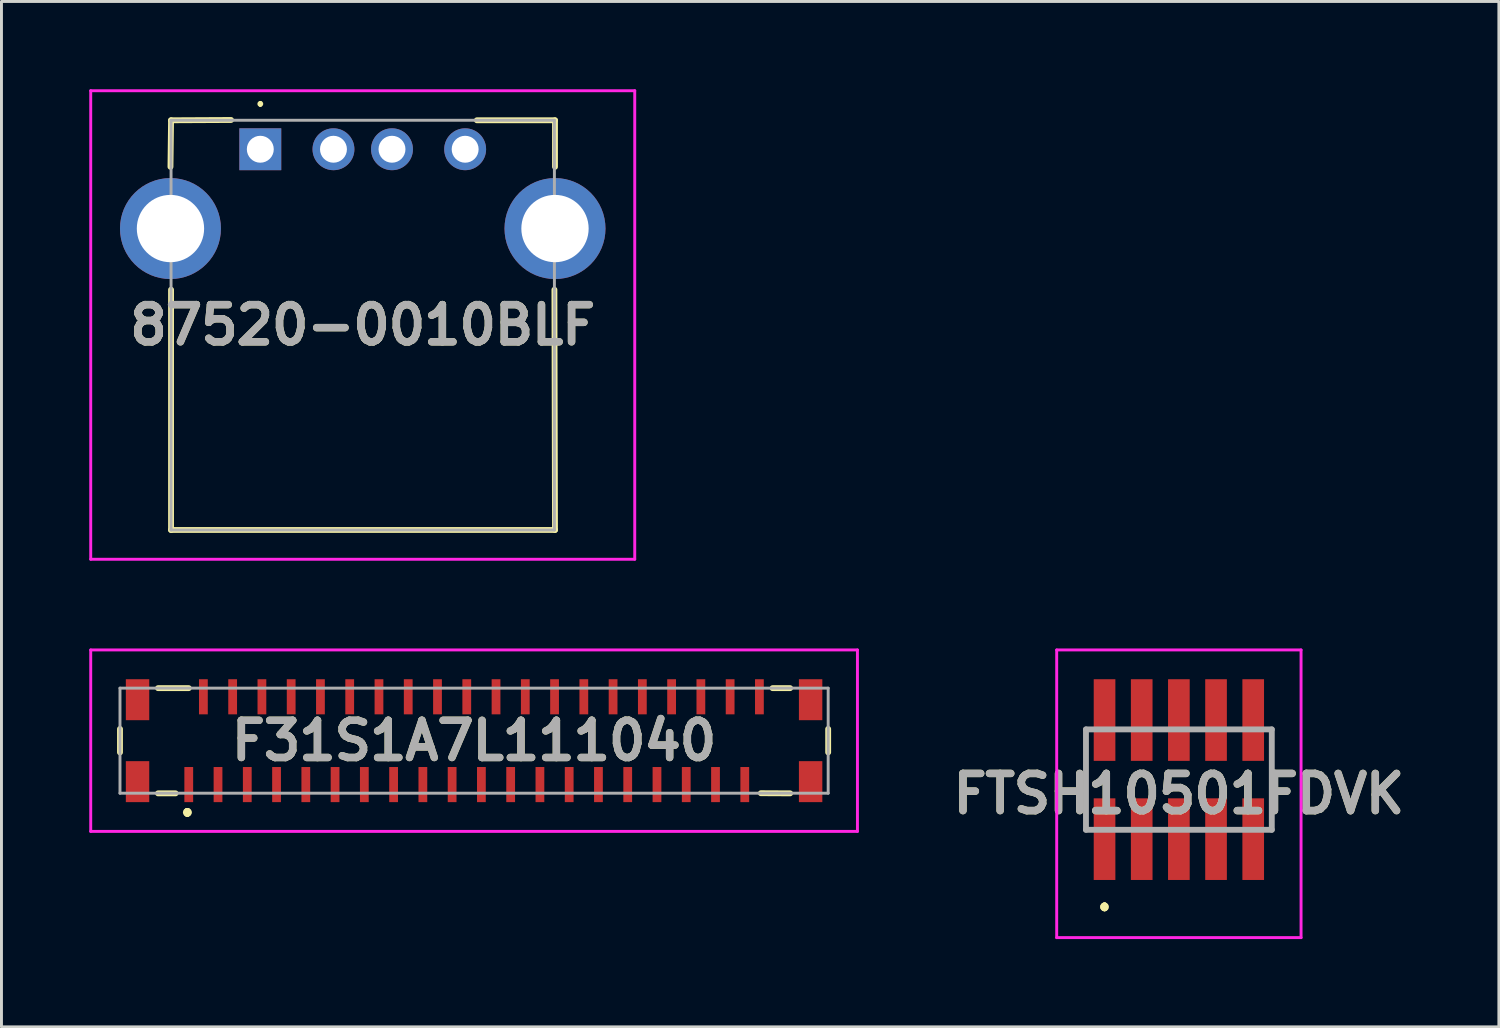
<source format=kicad_pcb>
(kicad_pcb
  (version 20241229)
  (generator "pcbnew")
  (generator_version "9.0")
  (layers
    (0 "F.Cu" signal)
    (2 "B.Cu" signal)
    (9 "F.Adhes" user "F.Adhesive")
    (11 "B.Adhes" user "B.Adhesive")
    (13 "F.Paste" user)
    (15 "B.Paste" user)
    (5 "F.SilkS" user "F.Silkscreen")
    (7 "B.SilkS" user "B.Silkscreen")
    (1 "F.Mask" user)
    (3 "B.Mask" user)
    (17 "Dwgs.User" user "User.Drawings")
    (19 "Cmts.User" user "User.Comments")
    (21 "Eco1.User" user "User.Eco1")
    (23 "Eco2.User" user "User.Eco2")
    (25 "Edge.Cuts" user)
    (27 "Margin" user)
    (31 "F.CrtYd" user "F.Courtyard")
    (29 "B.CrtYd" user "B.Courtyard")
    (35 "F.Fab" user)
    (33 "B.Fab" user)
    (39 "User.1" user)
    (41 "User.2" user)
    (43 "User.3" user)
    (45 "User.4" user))
  (footprint "87520-0010BLF"
    (layer "F.Cu")
    (at 5.845 2.05)
    (property "Reference" "87520-0010BLF" (at 3.5 6.005 0) (layer "F.SilkS") (effects (font (size 1.27 1.27) (thickness 0.254))))
    (attr through_hole)
    (fp_line (start -3.07 0.6) (end -3.05 -0.99) (stroke (width 0.2) (type solid)) (layer "F.SilkS"))
    (fp_line (start -3.05 -0.99) (end -1 -1) (stroke (width 0.2) (type solid)) (layer "F.SilkS"))
    (fp_line (start -3.05 13.01) (end -3.05 4.8) (stroke (width 0.2) (type solid)) (layer "F.SilkS"))
    (fp_line (start 0 -1.6) (end 0 -1.6) (stroke (width 0.1) (type solid)) (layer "F.SilkS"))
    (fp_line (start 0 -1.5) (end 0 -1.5) (stroke (width 0.1) (type solid)) (layer "F.SilkS"))
    (fp_line (start 7.4 -0.99) (end 10.07 -0.99) (stroke (width 0.2) (type solid)) (layer "F.SilkS"))
    (fp_line (start 10.05 4.8) (end 10.07 13.01) (stroke (width 0.2) (type solid)) (layer "F.SilkS"))
    (fp_line (start 10.07 -0.99) (end 10.07 0.6) (stroke (width 0.2) (type solid)) (layer "F.SilkS"))
    (fp_line (start 10.07 13.01) (end -3.05 13.01) (stroke (width 0.2) (type solid)) (layer "F.SilkS"))
    (fp_arc (start 0 -1.6) (mid 0.05 -1.55) (end 0 -1.5) (stroke (width 0.1) (type solid)) (layer "F.SilkS"))
    (fp_arc (start 0 -1.5) (mid -0.05 -1.55) (end 0 -1.6) (stroke (width 0.1) (type solid)) (layer "F.SilkS"))
    (fp_line (start -5.795 -2) (end 12.795 -2) (stroke (width 0.1) (type solid)) (layer "F.CrtYd"))
    (fp_line (start -5.795 14.01) (end -5.795 -2) (stroke (width 0.1) (type solid)) (layer "F.CrtYd"))
    (fp_line (start 12.795 -2) (end 12.795 14.01) (stroke (width 0.1) (type solid)) (layer "F.CrtYd"))
    (fp_line (start 12.795 14.01) (end -5.795 14.01) (stroke (width 0.1) (type solid)) (layer "F.CrtYd"))
    (fp_line (start -3.05 -0.99) (end -3.05 13.01) (stroke (width 0.1) (type solid)) (layer "F.Fab"))
    (fp_line (start -3.05 13.01) (end 10.05 13.01) (stroke (width 0.1) (type solid)) (layer "F.Fab"))
    (fp_line (start 10.05 -0.99) (end -3.05 -0.99) (stroke (width 0.1) (type solid)) (layer "F.Fab"))
    (fp_line (start 10.05 13.01) (end 10.05 -0.99) (stroke (width 0.1) (type solid)) (layer "F.Fab"))
    (fp_text user "${REFERENCE}" (at 3.5 6.005 0) (layer "F.Fab") (effects (font (size 1.27 1.27) (thickness 0.254))))
    (pad "1" thru_hole rect (at 0 0) (size 1.431 1.431) (drill 0.92) (layers "*.Cu" "*.Mask"))
    (pad "2" thru_hole circle (at 2.5 0) (size 1.431 1.431) (drill 0.92) (layers "*.Cu" "*.Mask"))
    (pad "3" thru_hole circle (at 4.5 0) (size 1.431 1.431) (drill 0.92) (layers "*.Cu" "*.Mask"))
    (pad "4" thru_hole circle (at 7 0) (size 1.431 1.431) (drill 0.92) (layers "*.Cu" "*.Mask"))
    (pad "MH1" thru_hole circle (at -3.07 2.71) (size 3.45 3.45) (drill 2.3) (layers "*.Cu" "*.Mask"))
    (pad "MH2" thru_hole circle (at 10.07 2.71) (size 3.45 3.45) (drill 2.3) (layers "*.Cu" "*.Mask")))
  (footprint "FTSH10501FDVK"
    (layer "F.Cu")
    (at 37.234 23.59)
    (property "Reference" "FTSH10501FDVK" (at 0 0.485 0) (layer "F.SilkS") (effects (font (size 1.27 1.27) (thickness 0.254))))
    (attr smd)
    (fp_line (start -3.175 -0.4) (end -3.175 -0.4) (stroke (width 0.1) (type solid)) (layer "F.SilkS"))
    (fp_line (start -3.175 -0.4) (end -3.175 0.4) (stroke (width 0.1) (type solid)) (layer "F.SilkS"))
    (fp_line (start -3.175 0.4) (end -3.175 -0.4) (stroke (width 0.1) (type solid)) (layer "F.SilkS"))
    (fp_line (start -3.175 0.4) (end -3.175 0.4) (stroke (width 0.1) (type solid)) (layer "F.SilkS"))
    (fp_line (start -2.54 4.3) (end -2.54 4.3) (stroke (width 0.2) (type solid)) (layer "F.SilkS"))
    (fp_line (start -2.54 4.3) (end -2.54 4.3) (stroke (width 0.2) (type solid)) (layer "F.SilkS"))
    (fp_line (start -2.54 4.4) (end -2.54 4.4) (stroke (width 0.2) (type solid)) (layer "F.SilkS"))
    (fp_line (start 3.175 -0.4) (end 3.175 -0.4) (stroke (width 0.1) (type solid)) (layer "F.SilkS"))
    (fp_line (start 3.175 -0.4) (end 3.175 0.4) (stroke (width 0.1) (type solid)) (layer "F.SilkS"))
    (fp_line (start 3.175 0.4) (end 3.175 -0.4) (stroke (width 0.1) (type solid)) (layer "F.SilkS"))
    (fp_line (start 3.175 0.4) (end 3.175 0.4) (stroke (width 0.1) (type solid)) (layer "F.SilkS"))
    (fp_arc (start -2.54 4.3) (mid -2.49 4.35) (end -2.54 4.4) (stroke (width 0.2) (type solid)) (layer "F.SilkS"))
    (fp_arc (start -2.54 4.4) (mid -2.59 4.35) (end -2.54 4.3) (stroke (width 0.2) (type solid)) (layer "F.SilkS"))
    (fp_arc (start -2.54 4.4) (mid -2.59 4.35) (end -2.54 4.3) (stroke (width 0.2) (type solid)) (layer "F.SilkS"))
    (fp_line (start -4.175 -4.43) (end 4.175 -4.43) (stroke (width 0.1) (type solid)) (layer "F.CrtYd"))
    (fp_line (start -4.175 5.4) (end -4.175 -4.43) (stroke (width 0.1) (type solid)) (layer "F.CrtYd"))
    (fp_line (start 4.175 -4.43) (end 4.175 5.4) (stroke (width 0.1) (type solid)) (layer "F.CrtYd"))
    (fp_line (start 4.175 5.4) (end -4.175 5.4) (stroke (width 0.1) (type solid)) (layer "F.CrtYd"))
    (fp_line (start -3.175 -1.715) (end -3.175 1.715) (stroke (width 0.2) (type solid)) (layer "F.Fab"))
    (fp_line (start -3.175 1.715) (end 3.175 1.715) (stroke (width 0.2) (type solid)) (layer "F.Fab"))
    (fp_line (start 3.175 -1.715) (end -3.175 -1.715) (stroke (width 0.2) (type solid)) (layer "F.Fab"))
    (fp_line (start 3.175 1.715) (end 3.175 -1.715) (stroke (width 0.2) (type solid)) (layer "F.Fab"))
    (fp_text user "${REFERENCE}" (at 0 0.485 0) (layer "F.Fab") (effects (font (size 1.27 1.27) (thickness 0.254))))
    (pad "1" smd rect (at -2.54 2.035) (size 0.74 2.79) (layers "F.Cu" "F.Mask" "F.Paste"))
    (pad "2" smd rect (at -2.54 -2.035) (size 0.74 2.79) (layers "F.Cu" "F.Mask" "F.Paste"))
    (pad "3" smd rect (at -1.27 2.035) (size 0.74 2.79) (layers "F.Cu" "F.Mask" "F.Paste"))
    (pad "4" smd rect (at -1.27 -2.035) (size 0.74 2.79) (layers "F.Cu" "F.Mask" "F.Paste"))
    (pad "5" smd rect (at 0 2.035) (size 0.74 2.79) (layers "F.Cu" "F.Mask" "F.Paste"))
    (pad "6" smd rect (at 0 -2.035) (size 0.74 2.79) (layers "F.Cu" "F.Mask" "F.Paste"))
    (pad "7" smd rect (at 1.27 2.035) (size 0.74 2.79) (layers "F.Cu" "F.Mask" "F.Paste"))
    (pad "8" smd rect (at 1.27 -2.035) (size 0.74 2.79) (layers "F.Cu" "F.Mask" "F.Paste"))
    (pad "9" smd rect (at 2.54 2.035) (size 0.74 2.79) (layers "F.Cu" "F.Mask" "F.Paste"))
    (pad "10" smd rect (at 2.54 -2.035) (size 0.74 2.79) (layers "F.Cu" "F.Mask" "F.Paste")))
  (footprint "F31S1A7L111040"
    (layer "F.Cu")
    (at 13.15 22.26)
    (property "Reference" "F31S1A7L111040" (at 0 0 0) (layer "F.SilkS") (effects (font (size 1.27 1.27) (thickness 0.254))))
    (attr smd)
    (fp_line (start -12.1 0.4) (end -12.1 -0.4) (stroke (width 0.2) (type solid)) (layer "F.SilkS"))
    (fp_line (start -10.8 -1.795) (end -9.75 -1.795) (stroke (width 0.2) (type solid)) (layer "F.SilkS"))
    (fp_line (start -10.8 1.8) (end -10.2 1.8) (stroke (width 0.2) (type solid)) (layer "F.SilkS"))
    (fp_line (start -9.8 2.4) (end -9.8 2.4) (stroke (width 0.2) (type solid)) (layer "F.SilkS"))
    (fp_line (start -9.8 2.5) (end -9.8 2.5) (stroke (width 0.2) (type solid)) (layer "F.SilkS"))
    (fp_line (start -9.8 2.5) (end -9.8 2.5) (stroke (width 0.2) (type solid)) (layer "F.SilkS"))
    (fp_line (start 9.8 1.795) (end 10.8 1.8) (stroke (width 0.2) (type solid)) (layer "F.SilkS"))
    (fp_line (start 10.2 -1.795) (end 10.8 -1.795) (stroke (width 0.2) (type solid)) (layer "F.SilkS"))
    (fp_line (start 12.1 -0.4) (end 12.1 0.4) (stroke (width 0.2) (type solid)) (layer "F.SilkS"))
    (fp_arc (start -9.8 2.4) (mid -9.75 2.45) (end -9.8 2.5) (stroke (width 0.2) (type solid)) (layer "F.SilkS"))
    (fp_arc (start -9.8 2.4) (mid -9.75 2.45) (end -9.8 2.5) (stroke (width 0.2) (type solid)) (layer "F.SilkS"))
    (fp_arc (start -9.8 2.5) (mid -9.85 2.45) (end -9.8 2.4) (stroke (width 0.2) (type solid)) (layer "F.SilkS"))
    (fp_line (start -13.1 -3.1) (end 13.1 -3.1) (stroke (width 0.1) (type solid)) (layer "F.CrtYd"))
    (fp_line (start -13.1 3.1) (end -13.1 -3.1) (stroke (width 0.1) (type solid)) (layer "F.CrtYd"))
    (fp_line (start 13.1 -3.1) (end 13.1 3.1) (stroke (width 0.1) (type solid)) (layer "F.CrtYd"))
    (fp_line (start 13.1 3.1) (end -13.1 3.1) (stroke (width 0.1) (type solid)) (layer "F.CrtYd"))
    (fp_line (start -12.1 -1.795) (end -12.1 1.795) (stroke (width 0.1) (type solid)) (layer "F.Fab"))
    (fp_line (start -12.1 1.795) (end 12.1 1.795) (stroke (width 0.1) (type solid)) (layer "F.Fab"))
    (fp_line (start 12.1 -1.795) (end -12.1 -1.795) (stroke (width 0.1) (type solid)) (layer "F.Fab"))
    (fp_line (start 12.1 1.795) (end 12.1 -1.795) (stroke (width 0.1) (type solid)) (layer "F.Fab"))
    (fp_text user "${REFERENCE}" (at 0 0 0) (layer "F.Fab") (effects (font (size 1.27 1.27) (thickness 0.254))))
    (pad "1" smd rect (at -9.75 1.5) (size 0.3 1.2) (layers "F.Cu" "F.Mask" "F.Paste"))
    (pad "2" smd rect (at -9.25 -1.5) (size 0.3 1.2) (layers "F.Cu" "F.Mask" "F.Paste"))
    (pad "3" smd rect (at -8.75 1.5) (size 0.3 1.2) (layers "F.Cu" "F.Mask" "F.Paste"))
    (pad "4" smd rect (at -8.25 -1.5) (size 0.3 1.2) (layers "F.Cu" "F.Mask" "F.Paste"))
    (pad "5" smd rect (at -7.75 1.5) (size 0.3 1.2) (layers "F.Cu" "F.Mask" "F.Paste"))
    (pad "6" smd rect (at -7.25 -1.5) (size 0.3 1.2) (layers "F.Cu" "F.Mask" "F.Paste"))
    (pad "7" smd rect (at -6.75 1.5) (size 0.3 1.2) (layers "F.Cu" "F.Mask" "F.Paste"))
    (pad "8" smd rect (at -6.25 -1.5) (size 0.3 1.2) (layers "F.Cu" "F.Mask" "F.Paste"))
    (pad "9" smd rect (at -5.75 1.5) (size 0.3 1.2) (layers "F.Cu" "F.Mask" "F.Paste"))
    (pad "10" smd rect (at -5.25 -1.5) (size 0.3 1.2) (layers "F.Cu" "F.Mask" "F.Paste"))
    (pad "11" smd rect (at -4.75 1.5) (size 0.3 1.2) (layers "F.Cu" "F.Mask" "F.Paste"))
    (pad "12" smd rect (at -4.25 -1.5) (size 0.3 1.2) (layers "F.Cu" "F.Mask" "F.Paste"))
    (pad "13" smd rect (at -3.75 1.5) (size 0.3 1.2) (layers "F.Cu" "F.Mask" "F.Paste"))
    (pad "14" smd rect (at -3.25 -1.5) (size 0.3 1.2) (layers "F.Cu" "F.Mask" "F.Paste"))
    (pad "15" smd rect (at -2.75 1.5) (size 0.3 1.2) (layers "F.Cu" "F.Mask" "F.Paste"))
    (pad "16" smd rect (at -2.25 -1.5) (size 0.3 1.2) (layers "F.Cu" "F.Mask" "F.Paste"))
    (pad "17" smd rect (at -1.75 1.5) (size 0.3 1.2) (layers "F.Cu" "F.Mask" "F.Paste"))
    (pad "18" smd rect (at -1.25 -1.5) (size 0.3 1.2) (layers "F.Cu" "F.Mask" "F.Paste"))
    (pad "19" smd rect (at -0.75 1.5) (size 0.3 1.2) (layers "F.Cu" "F.Mask" "F.Paste"))
    (pad "20" smd rect (at -0.25 -1.5) (size 0.3 1.2) (layers "F.Cu" "F.Mask" "F.Paste"))
    (pad "21" smd rect (at 0.25 1.5) (size 0.3 1.2) (layers "F.Cu" "F.Mask" "F.Paste"))
    (pad "22" smd rect (at 0.75 -1.5) (size 0.3 1.2) (layers "F.Cu" "F.Mask" "F.Paste"))
    (pad "23" smd rect (at 1.25 1.5) (size 0.3 1.2) (layers "F.Cu" "F.Mask" "F.Paste"))
    (pad "24" smd rect (at 1.75 -1.5) (size 0.3 1.2) (layers "F.Cu" "F.Mask" "F.Paste"))
    (pad "25" smd rect (at 2.25 1.5) (size 0.3 1.2) (layers "F.Cu" "F.Mask" "F.Paste"))
    (pad "26" smd rect (at 2.75 -1.5) (size 0.3 1.2) (layers "F.Cu" "F.Mask" "F.Paste"))
    (pad "27" smd rect (at 3.25 1.5) (size 0.3 1.2) (layers "F.Cu" "F.Mask" "F.Paste"))
    (pad "28" smd rect (at 3.75 -1.5) (size 0.3 1.2) (layers "F.Cu" "F.Mask" "F.Paste"))
    (pad "29" smd rect (at 4.25 1.5) (size 0.3 1.2) (layers "F.Cu" "F.Mask" "F.Paste"))
    (pad "30" smd rect (at 4.75 -1.5) (size 0.3 1.2) (layers "F.Cu" "F.Mask" "F.Paste"))
    (pad "31" smd rect (at 5.25 1.5) (size 0.3 1.2) (layers "F.Cu" "F.Mask" "F.Paste"))
    (pad "32" smd rect (at 5.75 -1.5) (size 0.3 1.2) (layers "F.Cu" "F.Mask" "F.Paste"))
    (pad "33" smd rect (at 6.25 1.5) (size 0.3 1.2) (layers "F.Cu" "F.Mask" "F.Paste"))
    (pad "34" smd rect (at 6.75 -1.5) (size 0.3 1.2) (layers "F.Cu" "F.Mask" "F.Paste"))
    (pad "35" smd rect (at 7.25 1.5) (size 0.3 1.2) (layers "F.Cu" "F.Mask" "F.Paste"))
    (pad "36" smd rect (at 7.75 -1.5) (size 0.3 1.2) (layers "F.Cu" "F.Mask" "F.Paste"))
    (pad "37" smd rect (at 8.25 1.5) (size 0.3 1.2) (layers "F.Cu" "F.Mask" "F.Paste"))
    (pad "38" smd rect (at 8.75 -1.5) (size 0.3 1.2) (layers "F.Cu" "F.Mask" "F.Paste"))
    (pad "39" smd rect (at 9.25 1.5) (size 0.3 1.2) (layers "F.Cu" "F.Mask" "F.Paste"))
    (pad "40" smd rect (at 9.75 -1.5) (size 0.3 1.2) (layers "F.Cu" "F.Mask" "F.Paste"))
    (pad "MP1" smd rect (at -11.5 1.4) (size 0.8 1.4) (layers "F.Cu" "F.Mask" "F.Paste"))
    (pad "MP2" smd rect (at -11.5 -1.4) (size 0.8 1.4) (layers "F.Cu" "F.Mask" "F.Paste"))
    (pad "MP3" smd rect (at 11.5 1.4) (size 0.8 1.4) (layers "F.Cu" "F.Mask" "F.Paste"))
    (pad "MP4" smd rect (at 11.5 -1.4) (size 0.8 1.4) (layers "F.Cu" "F.Mask" "F.Paste")))
  (gr_rect
    (start -3 -3)
    (end 48.169 32.04)
    (stroke (width 0.1) (type default))
    (fill no)
    (layer "Edge.Cuts")))
</source>
